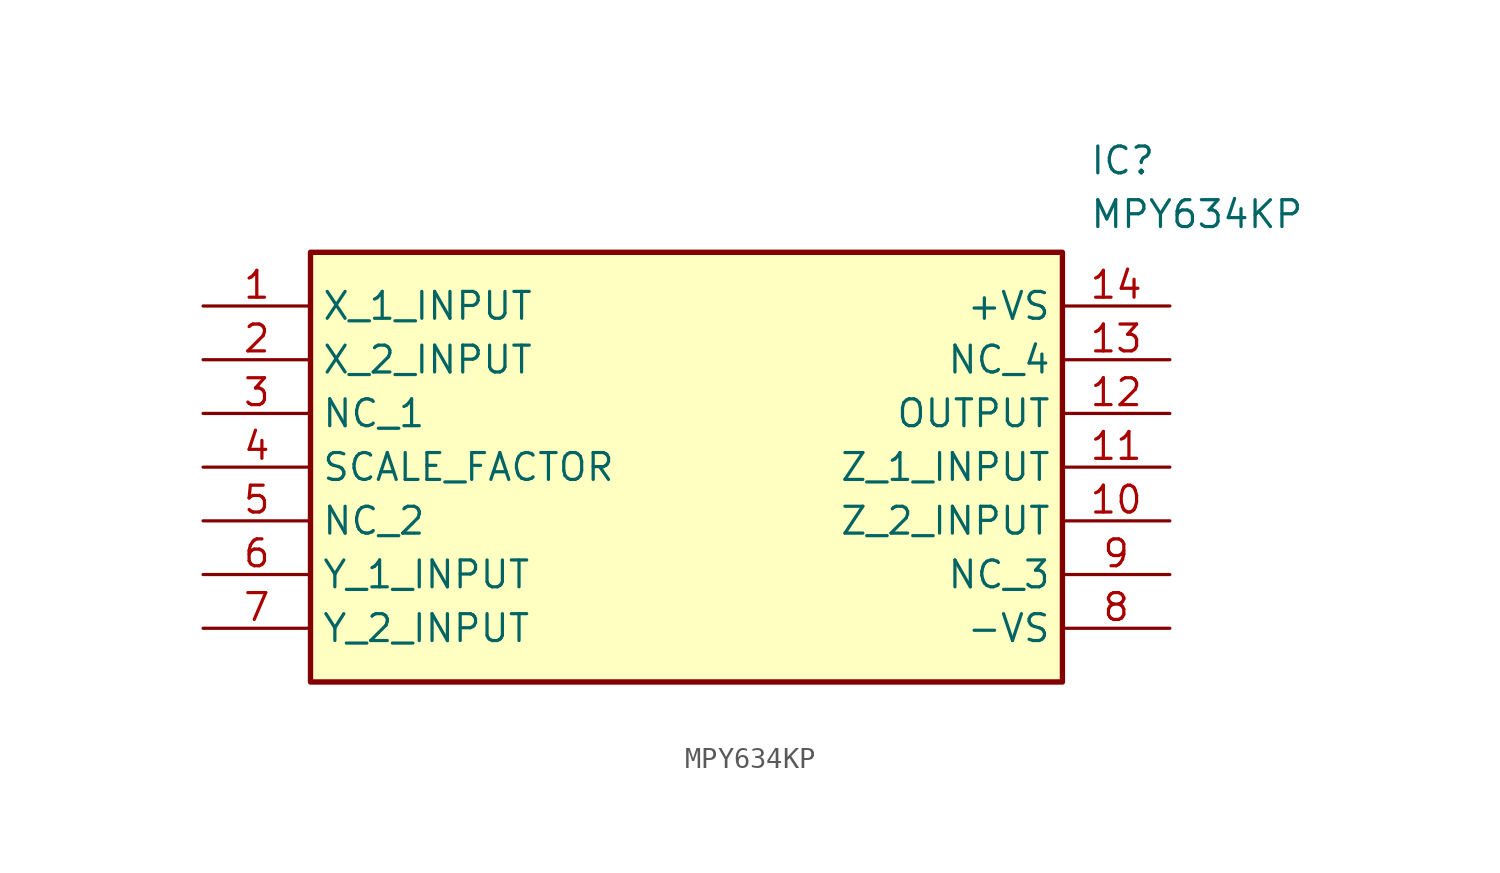
<source format=kicad_sym>
(kicad_symbol_lib
  (version 20211014)
  (generator SamacSys_ECAD_Model)
  (symbol "MPY634KP"
    (property "Reference" "IC"
      (at 41.91 7.62 0)
      (effects (font (size 1.27 1.27)) (justify left top)))
    (property "Value" "MPY634KP"
      (at 41.91 5.08 0)
      (effects (font (size 1.27 1.27)) (justify left top)))
    (rectangle
      (start 5.08 2.54)
      (end 40.64 -17.78)
      (stroke (width 0.254) (type default))
      (fill (type background)))
    (pin passive line
      (at 0 0 0)
      (length 5.08)
      (name "X_1_INPUT" (effects (font (size 1.27 1.27))))
      (number "1" (effects (font (size 1.27 1.27)))))
    (pin passive line
      (at 0 -2.54 0)
      (length 5.08)
      (name "X_2_INPUT" (effects (font (size 1.27 1.27))))
      (number "2" (effects (font (size 1.27 1.27)))))
    (pin passive line
      (at 0 -5.08 0)
      (length 5.08)
      (name "NC_1" (effects (font (size 1.27 1.27))))
      (number "3" (effects (font (size 1.27 1.27)))))
    (pin passive line
      (at 0 -7.62 0)
      (length 5.08)
      (name "SCALE_FACTOR" (effects (font (size 1.27 1.27))))
      (number "4" (effects (font (size 1.27 1.27)))))
    (pin passive line
      (at 0 -10.16 0)
      (length 5.08)
      (name "NC_2" (effects (font (size 1.27 1.27))))
      (number "5" (effects (font (size 1.27 1.27)))))
    (pin passive line
      (at 0 -12.7 0)
      (length 5.08)
      (name "Y_1_INPUT" (effects (font (size 1.27 1.27))))
      (number "6" (effects (font (size 1.27 1.27)))))
    (pin passive line
      (at 0 -15.24 0)
      (length 5.08)
      (name "Y_2_INPUT" (effects (font (size 1.27 1.27))))
      (number "7" (effects (font (size 1.27 1.27)))))
    (pin passive line
      (at 45.72 0 180)
      (length 5.08)
      (name "+VS" (effects (font (size 1.27 1.27))))
      (number "14" (effects (font (size 1.27 1.27)))))
    (pin passive line
      (at 45.72 -2.54 180)
      (length 5.08)
      (name "NC_4" (effects (font (size 1.27 1.27))))
      (number "13" (effects (font (size 1.27 1.27)))))
    (pin passive line
      (at 45.72 -5.08 180)
      (length 5.08)
      (name "OUTPUT" (effects (font (size 1.27 1.27))))
      (number "12" (effects (font (size 1.27 1.27)))))
    (pin passive line
      (at 45.72 -7.62 180)
      (length 5.08)
      (name "Z_1_INPUT" (effects (font (size 1.27 1.27))))
      (number "11" (effects (font (size 1.27 1.27)))))
    (pin passive line
      (at 45.72 -10.16 180)
      (length 5.08)
      (name "Z_2_INPUT" (effects (font (size 1.27 1.27))))
      (number "10" (effects (font (size 1.27 1.27)))))
    (pin passive line
      (at 45.72 -12.7 180)
      (length 5.08)
      (name "NC_3" (effects (font (size 1.27 1.27))))
      (number "9" (effects (font (size 1.27 1.27)))))
    (pin passive line
      (at 45.72 -15.24 180)
      (length 5.08)
      (name "-VS" (effects (font (size 1.27 1.27))))
      (number "8" (effects (font (size 1.27 1.27)))))))
</source>
